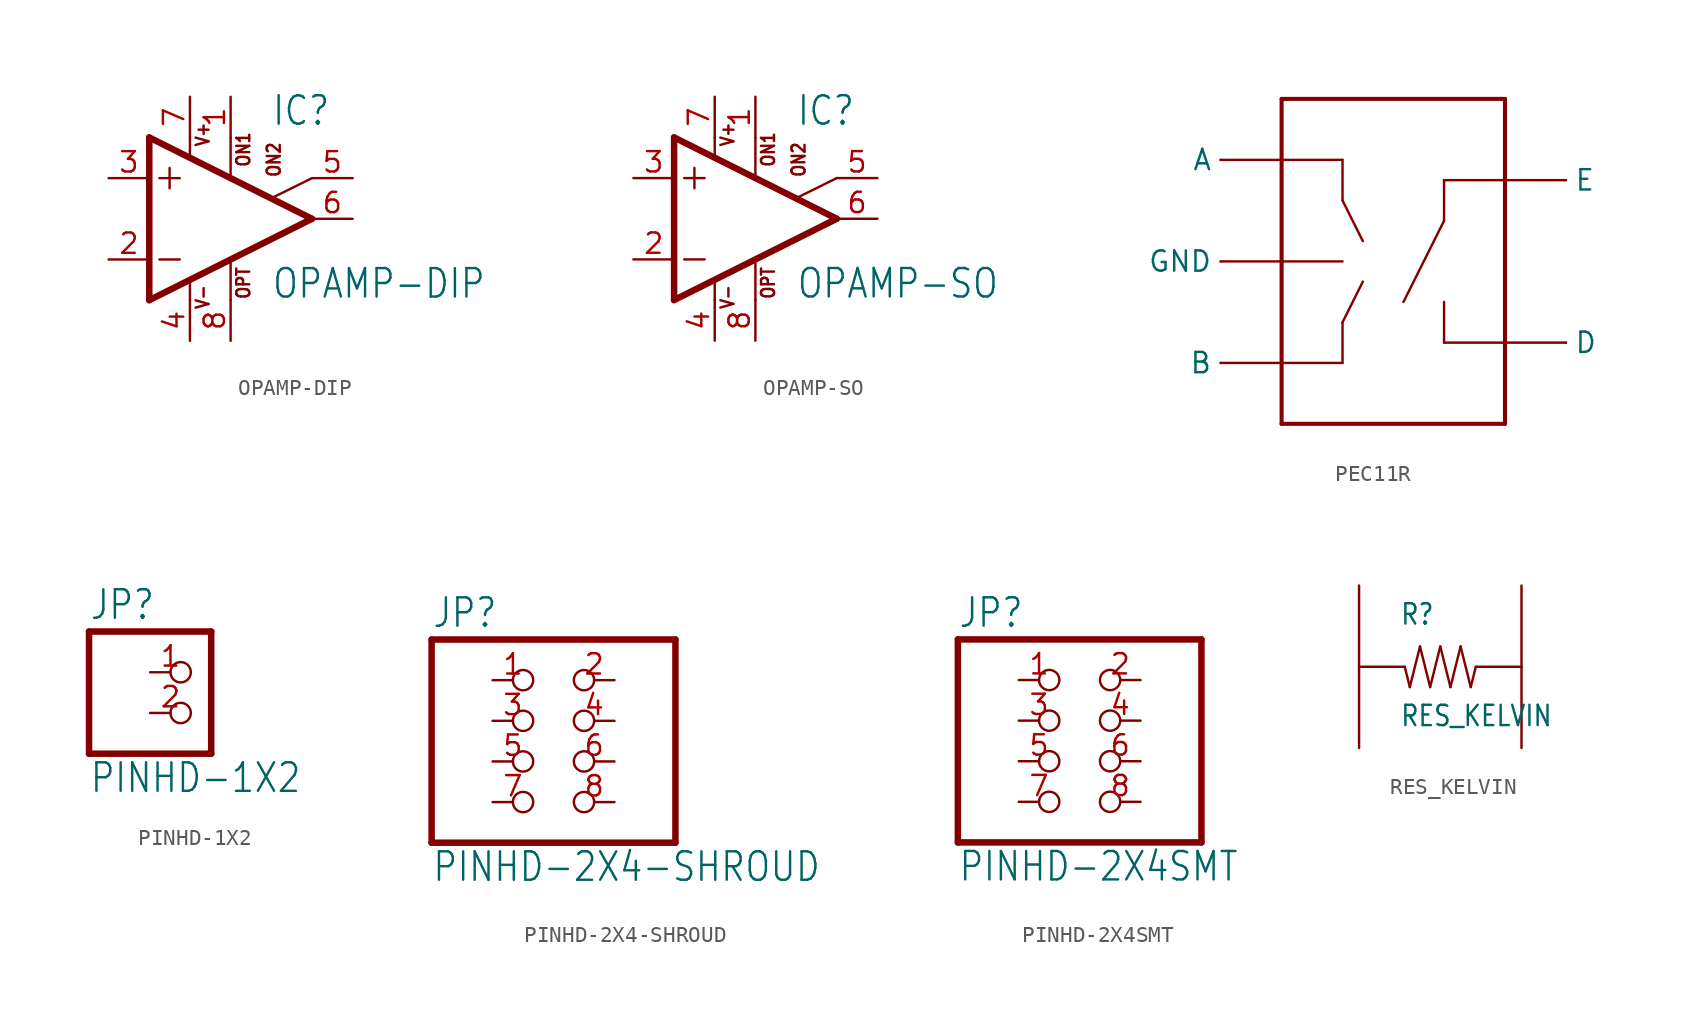
<source format=kicad_sym>
(kicad_symbol_lib
  (version 20211014)
  (generator kicad_symbol_editor)
  (symbol "OPAMP-DIP"
    (property "Reference" "IC"
      (at 5.08 5.715 0)
      (effects (font (size 1.778 1.511)) (justify left bottom)))
    (property "Value" "OPAMP-DIP"
      (at 5.08 -5.08 0)
      (effects (font (size 1.778 1.511)) (justify left bottom)))
    (property "ki_locked" ""
      (at 0 0 0)
      (effects (font (size 1.27 1.27))))
    (symbol "OPAMP-DIP_1_0"
      (polyline (pts (xy -2.54 -5.08) (xy 7.62 0)) (stroke (width 0.406) (type default) (color 0 0 0 0)) (fill (type none)))
      (polyline (pts (xy -2.54 5.08) (xy -2.54 -5.08)) (stroke (width 0.406) (type default) (color 0 0 0 0)) (fill (type none)))
      (polyline (pts (xy -1.905 -2.54) (xy -0.635 -2.54)) (stroke (width 0.152) (type default) (color 0 0 0 0)) (fill (type none)))
      (polyline (pts (xy -1.905 2.54) (xy -0.635 2.54)) (stroke (width 0.152) (type default) (color 0 0 0 0)) (fill (type none)))
      (polyline (pts (xy -1.27 3.175) (xy -1.27 1.905)) (stroke (width 0.152) (type default) (color 0 0 0 0)) (fill (type none)))
      (polyline (pts (xy 0 -3.912) (xy 0 -5.08)) (stroke (width 0.152) (type default) (color 0 0 0 0)) (fill (type none)))
      (polyline (pts (xy 0 5.08) (xy 0 3.886)) (stroke (width 0.152) (type default) (color 0 0 0 0)) (fill (type none)))
      (polyline (pts (xy 2.54 -2.616) (xy 2.54 -5.08)) (stroke (width 0.152) (type default) (color 0 0 0 0)) (fill (type none)))
      (polyline (pts (xy 2.54 5.055) (xy 2.54 2.616)) (stroke (width 0.152) (type default) (color 0 0 0 0)) (fill (type none)))
      (polyline (pts (xy 7.62 0) (xy -2.54 5.08)) (stroke (width 0.406) (type default) (color 0 0 0 0)) (fill (type none)))
      (polyline (pts (xy 7.62 2.54) (xy 5.156 1.321)) (stroke (width 0.152) (type default) (color 0 0 0 0)) (fill (type none)))
      (text "ON1" (at 3.81 3.175 900) (effects (font (size 0.813 0.691)) (justify left bottom)))
      (text "ON2" (at 5.715 2.54 900) (effects (font (size 0.813 0.691)) (justify left bottom)))
      (text "OPT" (at 3.81 -5.08 900) (effects (font (size 0.813 0.691)) (justify left bottom)))
      (text "V+" (at 1.27 4.445 900) (effects (font (size 0.813 0.691)) (justify left bottom)))
      (text "V-" (at 1.27 -5.715 900) (effects (font (size 0.813 0.691)) (justify left bottom)))
      (pin passive line (at 2.54 7.62 270) (length 2.54) (name "ON1" (effects (font (size 0 0)))) (number "1" (effects (font (size 1.27 1.27)))))
      (pin input line (at -5.08 -2.54 0) (length 2.54) (name "-IN" (effects (font (size 0 0)))) (number "2" (effects (font (size 1.27 1.27)))))
      (pin input line (at -5.08 2.54 0) (length 2.54) (name "+IN" (effects (font (size 0 0)))) (number "3" (effects (font (size 1.27 1.27)))))
      (pin power_in line (at 0 -7.62 90) (length 2.54) (name "V-" (effects (font (size 0 0)))) (number "4" (effects (font (size 1.27 1.27)))))
      (pin passive line (at 10.16 2.54 180) (length 2.54) (name "ON2" (effects (font (size 0 0)))) (number "5" (effects (font (size 1.27 1.27)))))
      (pin output line (at 10.16 0 180) (length 2.54) (name "OUT" (effects (font (size 0 0)))) (number "6" (effects (font (size 1.27 1.27)))))
      (pin power_in line (at 0 7.62 270) (length 2.54) (name "V+" (effects (font (size 0 0)))) (number "7" (effects (font (size 1.27 1.27)))))
      (pin passive line (at 2.54 -7.62 90) (length 2.54) (name "OPT" (effects (font (size 0 0)))) (number "8" (effects (font (size 1.27 1.27)))))))
  (symbol "OPAMP-SO"
    (property "Reference" "IC"
      (at 5.08 5.715 0)
      (effects (font (size 1.778 1.511)) (justify left bottom)))
    (property "Value" "OPAMP-SO"
      (at 5.08 -5.08 0)
      (effects (font (size 1.778 1.511)) (justify left bottom)))
    (property "ki_locked" ""
      (at 0 0 0)
      (effects (font (size 1.27 1.27))))
    (symbol "OPAMP-SO_1_0"
      (polyline (pts (xy -2.54 -5.08) (xy 7.62 0)) (stroke (width 0.406) (type default) (color 0 0 0 0)) (fill (type none)))
      (polyline (pts (xy -2.54 5.08) (xy -2.54 -5.08)) (stroke (width 0.406) (type default) (color 0 0 0 0)) (fill (type none)))
      (polyline (pts (xy -1.905 -2.54) (xy -0.635 -2.54)) (stroke (width 0.152) (type default) (color 0 0 0 0)) (fill (type none)))
      (polyline (pts (xy -1.905 2.54) (xy -0.635 2.54)) (stroke (width 0.152) (type default) (color 0 0 0 0)) (fill (type none)))
      (polyline (pts (xy -1.27 3.175) (xy -1.27 1.905)) (stroke (width 0.152) (type default) (color 0 0 0 0)) (fill (type none)))
      (polyline (pts (xy 0 -3.912) (xy 0 -5.08)) (stroke (width 0.152) (type default) (color 0 0 0 0)) (fill (type none)))
      (polyline (pts (xy 0 5.08) (xy 0 3.886)) (stroke (width 0.152) (type default) (color 0 0 0 0)) (fill (type none)))
      (polyline (pts (xy 2.54 -2.616) (xy 2.54 -5.08)) (stroke (width 0.152) (type default) (color 0 0 0 0)) (fill (type none)))
      (polyline (pts (xy 2.54 5.055) (xy 2.54 2.616)) (stroke (width 0.152) (type default) (color 0 0 0 0)) (fill (type none)))
      (polyline (pts (xy 7.62 0) (xy -2.54 5.08)) (stroke (width 0.406) (type default) (color 0 0 0 0)) (fill (type none)))
      (polyline (pts (xy 7.62 2.54) (xy 5.156 1.321)) (stroke (width 0.152) (type default) (color 0 0 0 0)) (fill (type none)))
      (text "ON1" (at 3.81 3.175 900) (effects (font (size 0.813 0.691)) (justify left bottom)))
      (text "ON2" (at 5.715 2.54 900) (effects (font (size 0.813 0.691)) (justify left bottom)))
      (text "OPT" (at 3.81 -5.08 900) (effects (font (size 0.813 0.691)) (justify left bottom)))
      (text "V+" (at 1.27 4.445 900) (effects (font (size 0.813 0.691)) (justify left bottom)))
      (text "V-" (at 1.27 -5.715 900) (effects (font (size 0.813 0.691)) (justify left bottom)))
      (pin passive line (at 2.54 7.62 270) (length 2.54) (name "ON1" (effects (font (size 0 0)))) (number "1" (effects (font (size 1.27 1.27)))))
      (pin input line (at -5.08 -2.54 0) (length 2.54) (name "-IN" (effects (font (size 0 0)))) (number "2" (effects (font (size 1.27 1.27)))))
      (pin input line (at -5.08 2.54 0) (length 2.54) (name "+IN" (effects (font (size 0 0)))) (number "3" (effects (font (size 1.27 1.27)))))
      (pin power_in line (at 0 -7.62 90) (length 2.54) (name "V-" (effects (font (size 0 0)))) (number "4" (effects (font (size 1.27 1.27)))))
      (pin passive line (at 10.16 2.54 180) (length 2.54) (name "ON2" (effects (font (size 0 0)))) (number "5" (effects (font (size 1.27 1.27)))))
      (pin output line (at 10.16 0 180) (length 2.54) (name "OUT" (effects (font (size 0 0)))) (number "6" (effects (font (size 1.27 1.27)))))
      (pin power_in line (at 0 7.62 270) (length 2.54) (name "V+" (effects (font (size 0 0)))) (number "7" (effects (font (size 1.27 1.27)))))
      (pin passive line (at 2.54 -7.62 90) (length 2.54) (name "OPT" (effects (font (size 0 0)))) (number "8" (effects (font (size 1.27 1.27)))))))
  (symbol "PEC11R"
    (property "Reference" ""
      (at 0 0 0)
      (effects (font (size 1.27 1.27)) hide))
    (property "ki_locked" ""
      (at 0 0 0)
      (effects (font (size 1.27 1.27))))
    (symbol "PEC11R_1_0"
      (polyline (pts (xy -8.89 -6.35) (xy -1.27 -6.35)) (stroke (width 0.152) (type default) (color 0 0 0 0)) (fill (type none)))
      (polyline (pts (xy -8.89 6.35) (xy -1.27 6.35)) (stroke (width 0.152) (type default) (color 0 0 0 0)) (fill (type none)))
      (polyline (pts (xy -5.08 -10.16) (xy 8.89 -10.16)) (stroke (width 0.254) (type default) (color 0 0 0 0)) (fill (type none)))
      (polyline (pts (xy -5.08 0) (xy -8.89 0)) (stroke (width 0.152) (type default) (color 0 0 0 0)) (fill (type none)))
      (polyline (pts (xy -5.08 0) (xy -5.08 -10.16)) (stroke (width 0.254) (type default) (color 0 0 0 0)) (fill (type none)))
      (polyline (pts (xy -5.08 0) (xy -1.27 0)) (stroke (width 0.152) (type default) (color 0 0 0 0)) (fill (type none)))
      (polyline (pts (xy -5.08 10.16) (xy -5.08 0)) (stroke (width 0.254) (type default) (color 0 0 0 0)) (fill (type none)))
      (polyline (pts (xy -1.27 -6.35) (xy -1.27 -3.81)) (stroke (width 0.152) (type default) (color 0 0 0 0)) (fill (type none)))
      (polyline (pts (xy -1.27 -3.81) (xy 0 -1.27)) (stroke (width 0.152) (type default) (color 0 0 0 0)) (fill (type none)))
      (polyline (pts (xy -1.27 3.81) (xy 0 1.27)) (stroke (width 0.152) (type default) (color 0 0 0 0)) (fill (type none)))
      (polyline (pts (xy -1.27 6.35) (xy -1.27 3.81)) (stroke (width 0.152) (type default) (color 0 0 0 0)) (fill (type none)))
      (polyline (pts (xy 5.08 -5.08) (xy 12.7 -5.08)) (stroke (width 0.152) (type default) (color 0 0 0 0)) (fill (type none)))
      (polyline (pts (xy 5.08 -2.54) (xy 5.08 -5.08)) (stroke (width 0.152) (type default) (color 0 0 0 0)) (fill (type none)))
      (polyline (pts (xy 5.08 2.54) (xy 2.54 -2.54)) (stroke (width 0.152) (type default) (color 0 0 0 0)) (fill (type none)))
      (polyline (pts (xy 5.08 5.08) (xy 5.08 2.54)) (stroke (width 0.152) (type default) (color 0 0 0 0)) (fill (type none)))
      (polyline (pts (xy 8.89 -10.16) (xy 8.89 5.08)) (stroke (width 0.254) (type default) (color 0 0 0 0)) (fill (type none)))
      (polyline (pts (xy 8.89 5.08) (xy 5.08 5.08)) (stroke (width 0.152) (type default) (color 0 0 0 0)) (fill (type none)))
      (polyline (pts (xy 8.89 5.08) (xy 8.89 10.16)) (stroke (width 0.254) (type default) (color 0 0 0 0)) (fill (type none)))
      (polyline (pts (xy 8.89 10.16) (xy -5.08 10.16)) (stroke (width 0.254) (type default) (color 0 0 0 0)) (fill (type none)))
      (polyline (pts (xy 12.7 5.08) (xy 8.89 5.08)) (stroke (width 0.152) (type default) (color 0 0 0 0)) (fill (type none)))
      (pin bidirectional line (at 12.7 5.08 0) (length 0) (name "E" (effects (font (size 1.27 1.27)))) (number "1" (effects (font (size 0 0)))))
      (pin bidirectional line (at 12.7 -5.08 0) (length 0) (name "D" (effects (font (size 1.27 1.27)))) (number "2" (effects (font (size 0 0)))))
      (pin bidirectional line (at -8.89 6.35 180) (length 0) (name "A" (effects (font (size 1.27 1.27)))) (number "A" (effects (font (size 0 0)))))
      (pin bidirectional line (at -8.89 -6.35 180) (length 0) (name "B" (effects (font (size 1.27 1.27)))) (number "B" (effects (font (size 0 0)))))
      (pin bidirectional line (at -8.89 0 180) (length 0) (name "GND" (effects (font (size 1.27 1.27)))) (number "C" (effects (font (size 0 0)))))))
  (symbol "PINHD-1X2"
    (property "Reference" "JP"
      (at -6.35 5.715 0)
      (effects (font (size 1.778 1.511)) (justify left bottom)))
    (property "Value" "PINHD-1X2"
      (at -6.35 -5.08 0)
      (effects (font (size 1.778 1.511)) (justify left bottom)))
    (property "ki_locked" ""
      (at 0 0 0)
      (effects (font (size 1.27 1.27))))
    (symbol "PINHD-1X2_1_0"
      (polyline (pts (xy -6.35 -2.54) (xy 1.27 -2.54)) (stroke (width 0.406) (type default) (color 0 0 0 0)) (fill (type none)))
      (polyline (pts (xy -6.35 5.08) (xy -6.35 -2.54)) (stroke (width 0.406) (type default) (color 0 0 0 0)) (fill (type none)))
      (polyline (pts (xy 1.27 -2.54) (xy 1.27 5.08)) (stroke (width 0.406) (type default) (color 0 0 0 0)) (fill (type none)))
      (polyline (pts (xy 1.27 5.08) (xy -6.35 5.08)) (stroke (width 0.406) (type default) (color 0 0 0 0)) (fill (type none)))
      (pin passive inverted (at -2.54 2.54 0) (length 2.54) (name "1" (effects (font (size 0 0)))) (number "1" (effects (font (size 1.27 1.27)))))
      (pin passive inverted (at -2.54 0 0) (length 2.54) (name "2" (effects (font (size 0 0)))) (number "2" (effects (font (size 1.27 1.27)))))))
  (symbol "PINHD-2X4-SHROUD"
    (property "Reference" "JP"
      (at -6.35 8.255 0)
      (effects (font (size 1.778 1.511)) (justify left bottom)))
    (property "Value" "PINHD-2X4-SHROUD"
      (at -6.35 -7.62 0)
      (effects (font (size 1.778 1.511)) (justify left bottom)))
    (property "ki_locked" ""
      (at 0 0 0)
      (effects (font (size 1.27 1.27))))
    (symbol "PINHD-2X4-SHROUD_1_0"
      (polyline (pts (xy -6.35 -5.08) (xy 8.89 -5.08)) (stroke (width 0.406) (type default) (color 0 0 0 0)) (fill (type none)))
      (polyline (pts (xy -6.35 7.62) (xy -6.35 -5.08)) (stroke (width 0.406) (type default) (color 0 0 0 0)) (fill (type none)))
      (polyline (pts (xy 8.89 -5.08) (xy 8.89 7.62)) (stroke (width 0.406) (type default) (color 0 0 0 0)) (fill (type none)))
      (polyline (pts (xy 8.89 7.62) (xy -6.35 7.62)) (stroke (width 0.406) (type default) (color 0 0 0 0)) (fill (type none)))
      (pin passive inverted (at -2.54 5.08 0) (length 2.54) (name "1" (effects (font (size 0 0)))) (number "1" (effects (font (size 1.27 1.27)))))
      (pin passive inverted (at 5.08 5.08 180) (length 2.54) (name "2" (effects (font (size 0 0)))) (number "2" (effects (font (size 1.27 1.27)))))
      (pin passive inverted (at -2.54 2.54 0) (length 2.54) (name "3" (effects (font (size 0 0)))) (number "3" (effects (font (size 1.27 1.27)))))
      (pin passive inverted (at 5.08 2.54 180) (length 2.54) (name "4" (effects (font (size 0 0)))) (number "4" (effects (font (size 1.27 1.27)))))
      (pin passive inverted (at -2.54 0 0) (length 2.54) (name "5" (effects (font (size 0 0)))) (number "5" (effects (font (size 1.27 1.27)))))
      (pin passive inverted (at 5.08 0 180) (length 2.54) (name "6" (effects (font (size 0 0)))) (number "6" (effects (font (size 1.27 1.27)))))
      (pin passive inverted (at -2.54 -2.54 0) (length 2.54) (name "7" (effects (font (size 0 0)))) (number "7" (effects (font (size 1.27 1.27)))))
      (pin passive inverted (at 5.08 -2.54 180) (length 2.54) (name "8" (effects (font (size 0 0)))) (number "8" (effects (font (size 1.27 1.27)))))))
  (symbol "PINHD-2X4SMT"
    (property "Reference" "JP"
      (at -6.35 8.255 0)
      (effects (font (size 1.778 1.511)) (justify left bottom)))
    (property "Value" "PINHD-2X4SMT"
      (at -6.35 -7.62 0)
      (effects (font (size 1.778 1.511)) (justify left bottom)))
    (property "ki_locked" ""
      (at 0 0 0)
      (effects (font (size 1.27 1.27))))
    (symbol "PINHD-2X4SMT_1_0"
      (polyline (pts (xy -6.35 -5.08) (xy 8.89 -5.08)) (stroke (width 0.406) (type default) (color 0 0 0 0)) (fill (type none)))
      (polyline (pts (xy -6.35 7.62) (xy -6.35 -5.08)) (stroke (width 0.406) (type default) (color 0 0 0 0)) (fill (type none)))
      (polyline (pts (xy 8.89 -5.08) (xy 8.89 7.62)) (stroke (width 0.406) (type default) (color 0 0 0 0)) (fill (type none)))
      (polyline (pts (xy 8.89 7.62) (xy -6.35 7.62)) (stroke (width 0.406) (type default) (color 0 0 0 0)) (fill (type none)))
      (pin passive inverted (at -2.54 5.08 0) (length 2.54) (name "1" (effects (font (size 0 0)))) (number "1" (effects (font (size 1.27 1.27)))))
      (pin passive inverted (at 5.08 5.08 180) (length 2.54) (name "2" (effects (font (size 0 0)))) (number "2" (effects (font (size 1.27 1.27)))))
      (pin passive inverted (at -2.54 2.54 0) (length 2.54) (name "3" (effects (font (size 0 0)))) (number "3" (effects (font (size 1.27 1.27)))))
      (pin passive inverted (at 5.08 2.54 180) (length 2.54) (name "4" (effects (font (size 0 0)))) (number "4" (effects (font (size 1.27 1.27)))))
      (pin passive inverted (at -2.54 0 0) (length 2.54) (name "5" (effects (font (size 0 0)))) (number "5" (effects (font (size 1.27 1.27)))))
      (pin passive inverted (at 5.08 0 180) (length 2.54) (name "6" (effects (font (size 0 0)))) (number "6" (effects (font (size 1.27 1.27)))))
      (pin passive inverted (at -2.54 -2.54 0) (length 2.54) (name "7" (effects (font (size 0 0)))) (number "7" (effects (font (size 1.27 1.27)))))
      (pin passive inverted (at 5.08 -2.54 180) (length 2.54) (name "8" (effects (font (size 0 0)))) (number "8" (effects (font (size 1.27 1.27)))))))
  (symbol "RES_KELVIN"
    (property "Reference" "R"
      (at -2.54 2.54 0)
      (effects (font (size 1.27 1.079)) (justify left bottom)))
    (property "Value" "RES_KELVIN"
      (at -2.54 -3.81 0)
      (effects (font (size 1.27 1.079)) (justify left bottom)))
    (property "ki_locked" ""
      (at 0 0 0)
      (effects (font (size 1.27 1.27))))
    (symbol "RES_KELVIN_1_0"
      (polyline (pts (xy -2.223 0) (xy -5.08 0)) (stroke (width 0.152) (type default) (color 0 0 0 0)) (fill (type none)))
      (polyline (pts (xy -1.905 -1.27) (xy -2.223 0)) (stroke (width 0.152) (type default) (color 0 0 0 0)) (fill (type none)))
      (polyline (pts (xy -1.905 -1.27) (xy -1.27 1.27)) (stroke (width 0.152) (type default) (color 0 0 0 0)) (fill (type none)))
      (polyline (pts (xy -0.635 -1.27) (xy -1.27 1.27)) (stroke (width 0.152) (type default) (color 0 0 0 0)) (fill (type none)))
      (polyline (pts (xy -0.635 -1.27) (xy 0 1.27)) (stroke (width 0.152) (type default) (color 0 0 0 0)) (fill (type none)))
      (polyline (pts (xy 0 1.27) (xy 0.635 -1.27)) (stroke (width 0.152) (type default) (color 0 0 0 0)) (fill (type none)))
      (polyline (pts (xy 0.635 -1.27) (xy 1.27 1.27)) (stroke (width 0.152) (type default) (color 0 0 0 0)) (fill (type none)))
      (polyline (pts (xy 1.27 1.27) (xy 1.905 -1.27)) (stroke (width 0.152) (type default) (color 0 0 0 0)) (fill (type none)))
      (polyline (pts (xy 1.905 -1.27) (xy 2.223 0)) (stroke (width 0.152) (type default) (color 0 0 0 0)) (fill (type none)))
      (polyline (pts (xy 2.223 0) (xy 5.08 0)) (stroke (width 0.152) (type default) (color 0 0 0 0)) (fill (type none)))
      (pin passive line (at -5.08 5.08 270) (length 5.08) (name "V$1" (effects (font (size 0 0)))) (number "P$1" (effects (font (size 0 0)))))
      (pin passive line (at 5.08 5.08 270) (length 5.08) (name "V$2" (effects (font (size 0 0)))) (number "P$2" (effects (font (size 0 0)))))
      (pin passive line (at -5.08 -5.08 90) (length 5.08) (name "I$1" (effects (font (size 0 0)))) (number "P$3" (effects (font (size 0 0)))))
      (pin passive line (at 5.08 -5.08 90) (length 5.08) (name "I$2" (effects (font (size 0 0)))) (number "P$4" (effects (font (size 0 0))))))))
</source>
